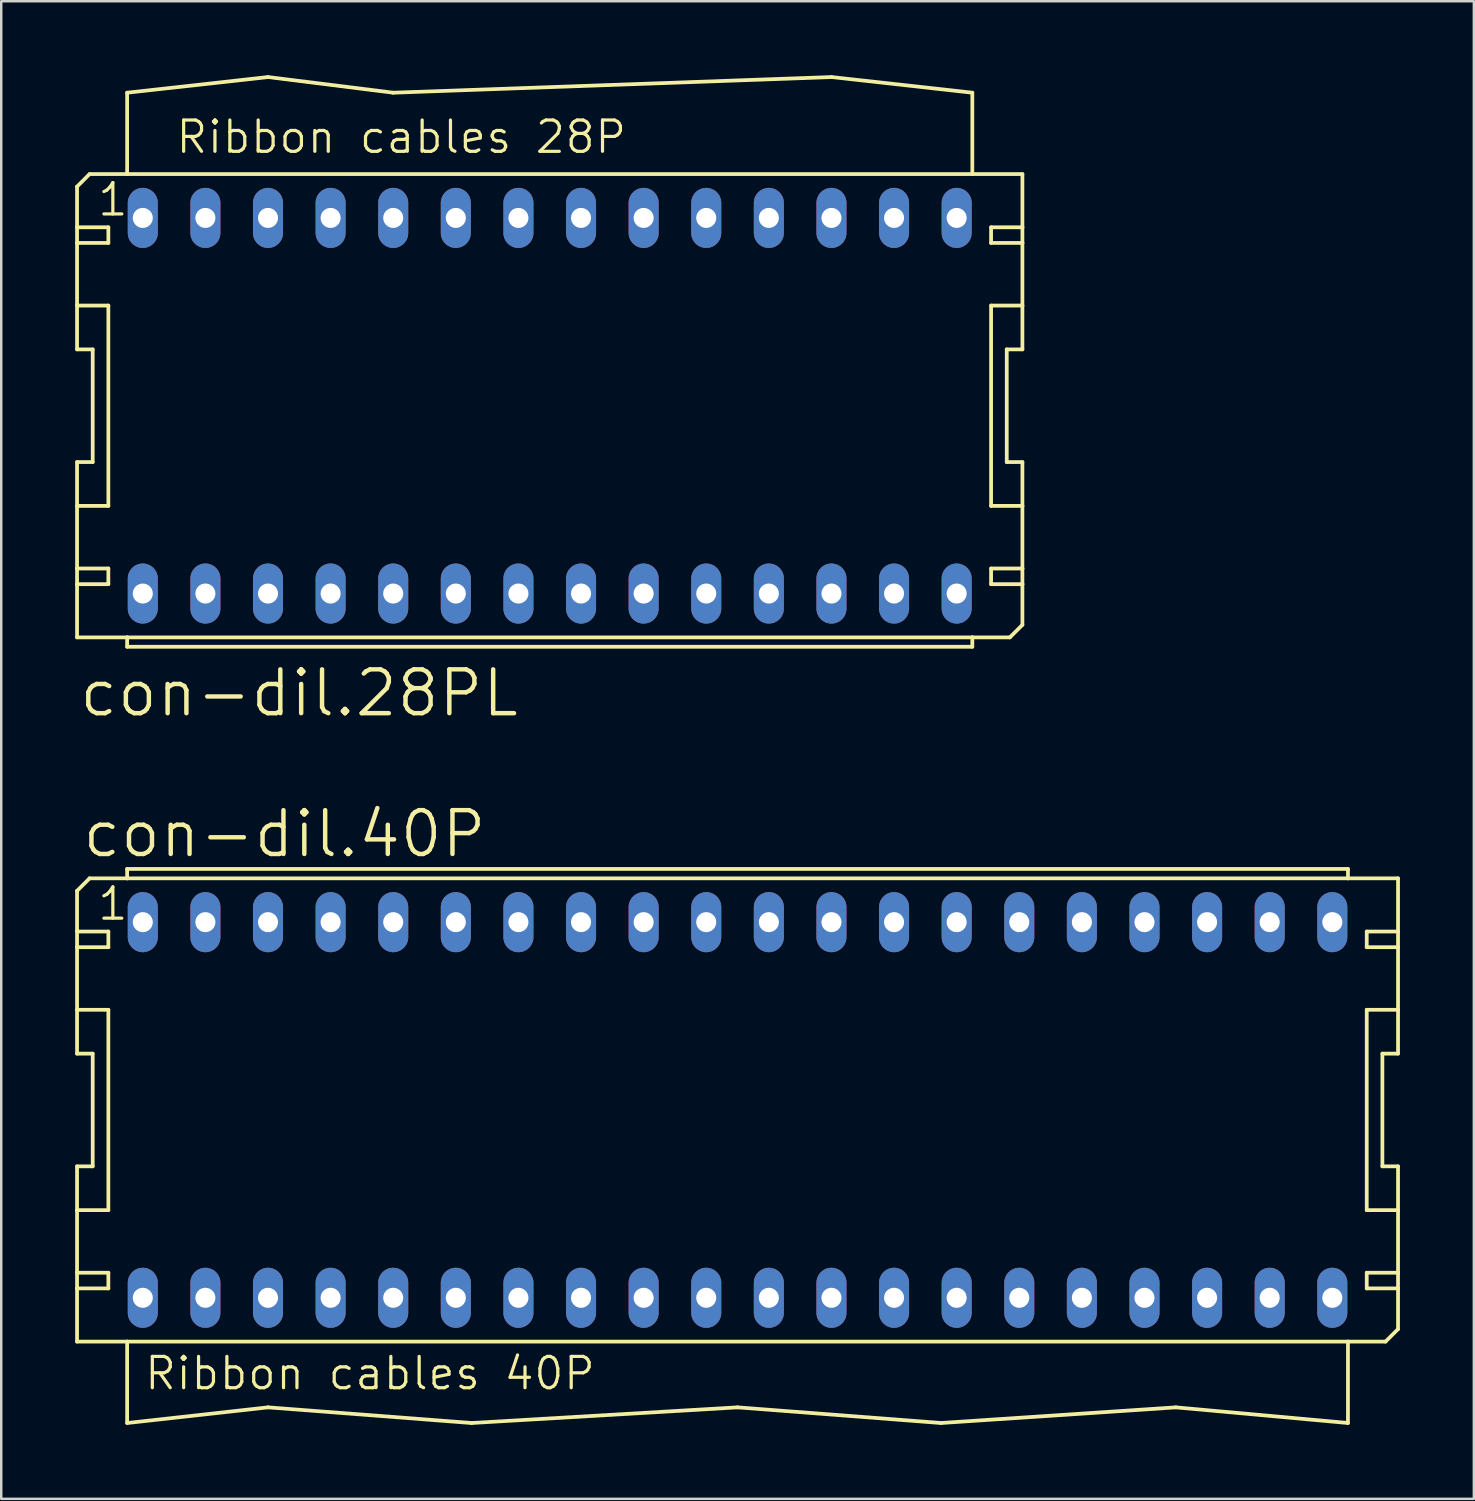
<source format=kicad_pcb>
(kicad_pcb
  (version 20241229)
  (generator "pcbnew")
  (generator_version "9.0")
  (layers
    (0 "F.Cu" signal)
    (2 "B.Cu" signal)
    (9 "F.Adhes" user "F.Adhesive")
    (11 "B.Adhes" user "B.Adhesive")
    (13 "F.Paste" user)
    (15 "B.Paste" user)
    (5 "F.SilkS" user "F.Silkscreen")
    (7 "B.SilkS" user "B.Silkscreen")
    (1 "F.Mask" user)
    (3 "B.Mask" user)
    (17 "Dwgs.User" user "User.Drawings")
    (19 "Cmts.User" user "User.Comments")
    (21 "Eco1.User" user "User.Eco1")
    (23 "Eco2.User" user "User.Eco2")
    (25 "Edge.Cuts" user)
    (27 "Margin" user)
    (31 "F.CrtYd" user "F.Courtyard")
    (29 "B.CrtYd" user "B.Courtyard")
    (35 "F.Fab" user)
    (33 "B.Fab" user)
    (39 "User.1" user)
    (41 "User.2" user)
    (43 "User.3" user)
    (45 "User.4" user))
  (footprint "con-dil.40P"
    (layer "F.Cu")
    (at 26.873 41.983)
    (property "Reference" "con-dil.40P" (at -26.67 -10.16 0) (layer "F.SilkS") (effects (font (size 1.778 1.778) (thickness 0.18)) (justify left bottom)))
    (attr through_hole)
    (fp_line (start -26.797 -8.89) (end -26.797 -7.239) (stroke (width 0.152) (type default)) (layer "F.SilkS"))
    (fp_line (start -26.797 -7.239) (end -25.527 -7.239) (stroke (width 0.152) (type default)) (layer "F.SilkS"))
    (fp_line (start -26.797 -6.604) (end -26.797 -7.239) (stroke (width 0.152) (type default)) (layer "F.SilkS"))
    (fp_line (start -26.797 -6.604) (end -26.797 -4.064) (stroke (width 0.152) (type default)) (layer "F.SilkS"))
    (fp_line (start -26.797 -6.604) (end -25.527 -6.604) (stroke (width 0.152) (type default)) (layer "F.SilkS"))
    (fp_line (start -26.797 -4.064) (end -26.797 -2.286) (stroke (width 0.152) (type default)) (layer "F.SilkS"))
    (fp_line (start -26.797 -4.064) (end -25.527 -4.064) (stroke (width 0.152) (type default)) (layer "F.SilkS"))
    (fp_line (start -26.797 -2.286) (end -26.162 -2.286) (stroke (width 0.152) (type default)) (layer "F.SilkS"))
    (fp_line (start -26.797 2.286) (end -26.797 4.064) (stroke (width 0.152) (type default)) (layer "F.SilkS"))
    (fp_line (start -26.797 4.064) (end -26.797 6.604) (stroke (width 0.152) (type default)) (layer "F.SilkS"))
    (fp_line (start -26.797 6.604) (end -26.797 7.239) (stroke (width 0.152) (type default)) (layer "F.SilkS"))
    (fp_line (start -26.797 6.604) (end -25.527 6.604) (stroke (width 0.152) (type default)) (layer "F.SilkS"))
    (fp_line (start -26.797 7.239) (end -26.797 9.398) (stroke (width 0.152) (type default)) (layer "F.SilkS"))
    (fp_line (start -26.289 -9.398) (end -26.797 -8.89) (stroke (width 0.152) (type default)) (layer "F.SilkS"))
    (fp_line (start -26.289 -9.398) (end -24.765 -9.398) (stroke (width 0.152) (type default)) (layer "F.SilkS"))
    (fp_line (start -26.162 2.286) (end -26.797 2.286) (stroke (width 0.152) (type default)) (layer "F.SilkS"))
    (fp_line (start -26.162 2.286) (end -26.162 -2.286) (stroke (width 0.152) (type default)) (layer "F.SilkS"))
    (fp_line (start -25.527 -6.604) (end -25.527 -7.239) (stroke (width 0.152) (type default)) (layer "F.SilkS"))
    (fp_line (start -25.527 4.064) (end -26.797 4.064) (stroke (width 0.152) (type default)) (layer "F.SilkS"))
    (fp_line (start -25.527 4.064) (end -25.527 -4.064) (stroke (width 0.152) (type default)) (layer "F.SilkS"))
    (fp_line (start -25.527 7.239) (end -26.797 7.239) (stroke (width 0.152) (type default)) (layer "F.SilkS"))
    (fp_line (start -25.527 7.239) (end -25.527 6.604) (stroke (width 0.152) (type default)) (layer "F.SilkS"))
    (fp_line (start -24.765 -9.779) (end 24.765 -9.779) (stroke (width 0.152) (type default)) (layer "F.SilkS"))
    (fp_line (start -24.765 -9.398) (end -24.765 -9.779) (stroke (width 0.152) (type default)) (layer "F.SilkS"))
    (fp_line (start -24.765 -9.398) (end 24.765 -9.398) (stroke (width 0.152) (type default)) (layer "F.SilkS"))
    (fp_line (start -24.765 9.398) (end -26.797 9.398) (stroke (width 0.152) (type default)) (layer "F.SilkS"))
    (fp_line (start -24.765 9.398) (end -24.765 12.7) (stroke (width 0.152) (type default)) (layer "F.SilkS"))
    (fp_line (start -24.765 12.7) (end -19.05 12.065) (stroke (width 0.152) (type default)) (layer "F.SilkS"))
    (fp_line (start -19.05 12.065) (end -10.795 12.7) (stroke (width 0.152) (type default)) (layer "F.SilkS"))
    (fp_line (start 0 12.065) (end -10.795 12.7) (stroke (width 0.152) (type default)) (layer "F.SilkS"))
    (fp_line (start 8.255 12.7) (end 0 12.065) (stroke (width 0.152) (type default)) (layer "F.SilkS"))
    (fp_line (start 17.78 12.065) (end 8.255 12.7) (stroke (width 0.152) (type default)) (layer "F.SilkS"))
    (fp_line (start 17.78 12.065) (end 24.765 12.7) (stroke (width 0.152) (type default)) (layer "F.SilkS"))
    (fp_line (start 24.765 -9.779) (end 24.765 -9.398) (stroke (width 0.152) (type default)) (layer "F.SilkS"))
    (fp_line (start 24.765 -9.398) (end 26.797 -9.398) (stroke (width 0.152) (type default)) (layer "F.SilkS"))
    (fp_line (start 24.765 9.398) (end -24.765 9.398) (stroke (width 0.152) (type default)) (layer "F.SilkS"))
    (fp_line (start 24.765 12.7) (end 24.765 9.398) (stroke (width 0.152) (type default)) (layer "F.SilkS"))
    (fp_line (start 25.527 -7.239) (end 25.527 -6.604) (stroke (width 0.152) (type default)) (layer "F.SilkS"))
    (fp_line (start 25.527 -7.239) (end 26.797 -7.239) (stroke (width 0.152) (type default)) (layer "F.SilkS"))
    (fp_line (start 25.527 -4.064) (end 25.527 4.064) (stroke (width 0.152) (type default)) (layer "F.SilkS"))
    (fp_line (start 25.527 -4.064) (end 26.797 -4.064) (stroke (width 0.152) (type default)) (layer "F.SilkS"))
    (fp_line (start 25.527 6.604) (end 25.527 7.239) (stroke (width 0.152) (type default)) (layer "F.SilkS"))
    (fp_line (start 25.527 6.604) (end 26.797 6.604) (stroke (width 0.152) (type default)) (layer "F.SilkS"))
    (fp_line (start 26.162 -2.286) (end 26.162 2.286) (stroke (width 0.152) (type default)) (layer "F.SilkS"))
    (fp_line (start 26.162 -2.286) (end 26.797 -2.286) (stroke (width 0.152) (type default)) (layer "F.SilkS"))
    (fp_line (start 26.289 9.398) (end 24.765 9.398) (stroke (width 0.152) (type default)) (layer "F.SilkS"))
    (fp_line (start 26.797 -9.398) (end 26.797 -7.239) (stroke (width 0.152) (type default)) (layer "F.SilkS"))
    (fp_line (start 26.797 -7.239) (end 26.797 -6.604) (stroke (width 0.152) (type default)) (layer "F.SilkS"))
    (fp_line (start 26.797 -6.604) (end 25.527 -6.604) (stroke (width 0.152) (type default)) (layer "F.SilkS"))
    (fp_line (start 26.797 -6.604) (end 26.797 -4.064) (stroke (width 0.152) (type default)) (layer "F.SilkS"))
    (fp_line (start 26.797 -4.064) (end 26.797 -2.286) (stroke (width 0.152) (type default)) (layer "F.SilkS"))
    (fp_line (start 26.797 2.286) (end 26.162 2.286) (stroke (width 0.152) (type default)) (layer "F.SilkS"))
    (fp_line (start 26.797 2.286) (end 26.797 4.064) (stroke (width 0.152) (type default)) (layer "F.SilkS"))
    (fp_line (start 26.797 4.064) (end 25.527 4.064) (stroke (width 0.152) (type default)) (layer "F.SilkS"))
    (fp_line (start 26.797 4.064) (end 26.797 6.604) (stroke (width 0.152) (type default)) (layer "F.SilkS"))
    (fp_line (start 26.797 6.604) (end 26.797 7.239) (stroke (width 0.152) (type default)) (layer "F.SilkS"))
    (fp_line (start 26.797 7.239) (end 25.527 7.239) (stroke (width 0.152) (type default)) (layer "F.SilkS"))
    (fp_line (start 26.797 7.239) (end 26.797 8.89) (stroke (width 0.152) (type default)) (layer "F.SilkS"))
    (fp_line (start 26.797 8.89) (end 26.289 9.398) (stroke (width 0.152) (type default)) (layer "F.SilkS"))
    (fp_text user "1" (at -26.035 -7.62 0) (layer "F.SilkS") (effects (font (size 1.27 1.27) (thickness 0.13)) (justify left bottom)))
    (fp_text user "Ribbon cables 40P" (at -24.13 11.43 0) (layer "F.SilkS") (effects (font (size 1.27 1.27) (thickness 0.13)) (justify left bottom)))
    (pad "1" thru_hole oval (at -24.13 -7.62 90) (size 2.438 1.219) (drill 0.813) (layers "*.Cu" "*.Mask"))
    (pad "2" thru_hole oval (at -24.13 7.62 90) (size 2.438 1.219) (drill 0.813) (layers "*.Cu" "*.Mask"))
    (pad "3" thru_hole oval (at -21.59 -7.62 90) (size 2.438 1.219) (drill 0.813) (layers "*.Cu" "*.Mask"))
    (pad "4" thru_hole oval (at -21.59 7.62 90) (size 2.438 1.219) (drill 0.813) (layers "*.Cu" "*.Mask"))
    (pad "5" thru_hole oval (at -19.05 -7.62 90) (size 2.438 1.219) (drill 0.813) (layers "*.Cu" "*.Mask"))
    (pad "6" thru_hole oval (at -19.05 7.62 90) (size 2.438 1.219) (drill 0.813) (layers "*.Cu" "*.Mask"))
    (pad "7" thru_hole oval (at -16.51 -7.62 90) (size 2.438 1.219) (drill 0.813) (layers "*.Cu" "*.Mask"))
    (pad "8" thru_hole oval (at -16.51 7.62 90) (size 2.438 1.219) (drill 0.813) (layers "*.Cu" "*.Mask"))
    (pad "9" thru_hole oval (at -13.97 -7.62 90) (size 2.438 1.219) (drill 0.813) (layers "*.Cu" "*.Mask"))
    (pad "10" thru_hole oval (at -13.97 7.62 90) (size 2.438 1.219) (drill 0.813) (layers "*.Cu" "*.Mask"))
    (pad "11" thru_hole oval (at -11.43 -7.62 90) (size 2.438 1.219) (drill 0.813) (layers "*.Cu" "*.Mask"))
    (pad "12" thru_hole oval (at -11.43 7.62 90) (size 2.438 1.219) (drill 0.813) (layers "*.Cu" "*.Mask"))
    (pad "13" thru_hole oval (at -8.89 -7.62 90) (size 2.438 1.219) (drill 0.813) (layers "*.Cu" "*.Mask"))
    (pad "14" thru_hole oval (at -8.89 7.62 90) (size 2.438 1.219) (drill 0.813) (layers "*.Cu" "*.Mask"))
    (pad "15" thru_hole oval (at -6.35 -7.62 90) (size 2.438 1.219) (drill 0.813) (layers "*.Cu" "*.Mask"))
    (pad "16" thru_hole oval (at -6.35 7.62 90) (size 2.438 1.219) (drill 0.813) (layers "*.Cu" "*.Mask"))
    (pad "17" thru_hole oval (at -3.81 -7.62 90) (size 2.438 1.219) (drill 0.813) (layers "*.Cu" "*.Mask"))
    (pad "18" thru_hole oval (at -3.81 7.62 90) (size 2.438 1.219) (drill 0.813) (layers "*.Cu" "*.Mask"))
    (pad "19" thru_hole oval (at -1.27 -7.62 90) (size 2.438 1.219) (drill 0.813) (layers "*.Cu" "*.Mask"))
    (pad "20" thru_hole oval (at -1.27 7.62 90) (size 2.438 1.219) (drill 0.813) (layers "*.Cu" "*.Mask"))
    (pad "21" thru_hole oval (at 1.27 -7.62 90) (size 2.438 1.219) (drill 0.813) (layers "*.Cu" "*.Mask"))
    (pad "22" thru_hole oval (at 1.27 7.62 90) (size 2.438 1.219) (drill 0.813) (layers "*.Cu" "*.Mask"))
    (pad "23" thru_hole oval (at 3.81 -7.62 90) (size 2.438 1.219) (drill 0.813) (layers "*.Cu" "*.Mask"))
    (pad "24" thru_hole oval (at 3.81 7.62 90) (size 2.438 1.219) (drill 0.813) (layers "*.Cu" "*.Mask"))
    (pad "25" thru_hole oval (at 6.35 -7.62 90) (size 2.438 1.219) (drill 0.813) (layers "*.Cu" "*.Mask"))
    (pad "26" thru_hole oval (at 6.35 7.62 90) (size 2.438 1.219) (drill 0.813) (layers "*.Cu" "*.Mask"))
    (pad "27" thru_hole oval (at 8.89 -7.62 90) (size 2.438 1.219) (drill 0.813) (layers "*.Cu" "*.Mask"))
    (pad "28" thru_hole oval (at 8.89 7.62 90) (size 2.438 1.219) (drill 0.813) (layers "*.Cu" "*.Mask"))
    (pad "29" thru_hole oval (at 11.43 -7.62 90) (size 2.438 1.219) (drill 0.813) (layers "*.Cu" "*.Mask"))
    (pad "30" thru_hole oval (at 11.43 7.62 90) (size 2.438 1.219) (drill 0.813) (layers "*.Cu" "*.Mask"))
    (pad "31" thru_hole oval (at 13.97 -7.62 90) (size 2.438 1.219) (drill 0.813) (layers "*.Cu" "*.Mask"))
    (pad "32" thru_hole oval (at 13.97 7.62 90) (size 2.438 1.219) (drill 0.813) (layers "*.Cu" "*.Mask"))
    (pad "33" thru_hole oval (at 16.51 -7.62 90) (size 2.438 1.219) (drill 0.813) (layers "*.Cu" "*.Mask"))
    (pad "34" thru_hole oval (at 16.51 7.62 90) (size 2.438 1.219) (drill 0.813) (layers "*.Cu" "*.Mask"))
    (pad "35" thru_hole oval (at 19.05 -7.62 90) (size 2.438 1.219) (drill 0.813) (layers "*.Cu" "*.Mask"))
    (pad "36" thru_hole oval (at 19.05 7.62 90) (size 2.438 1.219) (drill 0.813) (layers "*.Cu" "*.Mask"))
    (pad "37" thru_hole oval (at 21.59 -7.62 90) (size 2.438 1.219) (drill 0.813) (layers "*.Cu" "*.Mask"))
    (pad "38" thru_hole oval (at 21.59 7.62 90) (size 2.438 1.219) (drill 0.813) (layers "*.Cu" "*.Mask"))
    (pad "39" thru_hole oval (at 24.13 -7.62 90) (size 2.438 1.219) (drill 0.813) (layers "*.Cu" "*.Mask"))
    (pad "40" thru_hole oval (at 24.13 7.62 90) (size 2.438 1.219) (drill 0.813) (layers "*.Cu" "*.Mask")))
  (footprint "con-dil.28PL"
    (layer "F.Cu")
    (at 19.253 13.411)
    (property "Reference" "con-dil.28PL" (at -19.177 12.7 0) (layer "F.SilkS") (effects (font (size 1.778 1.778) (thickness 0.18)) (justify left bottom)))
    (attr through_hole)
    (fp_line (start -19.177 -8.89) (end -19.177 -7.239) (stroke (width 0.152) (type default)) (layer "F.SilkS"))
    (fp_line (start -19.177 -7.239) (end -17.907 -7.239) (stroke (width 0.152) (type default)) (layer "F.SilkS"))
    (fp_line (start -19.177 -6.604) (end -19.177 -7.239) (stroke (width 0.152) (type default)) (layer "F.SilkS"))
    (fp_line (start -19.177 -6.604) (end -19.177 -4.064) (stroke (width 0.152) (type default)) (layer "F.SilkS"))
    (fp_line (start -19.177 -6.604) (end -17.907 -6.604) (stroke (width 0.152) (type default)) (layer "F.SilkS"))
    (fp_line (start -19.177 -4.064) (end -19.177 -2.286) (stroke (width 0.152) (type default)) (layer "F.SilkS"))
    (fp_line (start -19.177 -4.064) (end -17.907 -4.064) (stroke (width 0.152) (type default)) (layer "F.SilkS"))
    (fp_line (start -19.177 -2.286) (end -18.542 -2.286) (stroke (width 0.152) (type default)) (layer "F.SilkS"))
    (fp_line (start -19.177 2.286) (end -19.177 4.064) (stroke (width 0.152) (type default)) (layer "F.SilkS"))
    (fp_line (start -19.177 4.064) (end -19.177 6.604) (stroke (width 0.152) (type default)) (layer "F.SilkS"))
    (fp_line (start -19.177 6.604) (end -19.177 7.239) (stroke (width 0.152) (type default)) (layer "F.SilkS"))
    (fp_line (start -19.177 6.604) (end -17.907 6.604) (stroke (width 0.152) (type default)) (layer "F.SilkS"))
    (fp_line (start -19.177 7.239) (end -19.177 9.398) (stroke (width 0.152) (type default)) (layer "F.SilkS"))
    (fp_line (start -18.669 -9.398) (end -19.177 -8.89) (stroke (width 0.152) (type default)) (layer "F.SilkS"))
    (fp_line (start -18.669 -9.398) (end -17.145 -9.398) (stroke (width 0.152) (type default)) (layer "F.SilkS"))
    (fp_line (start -18.542 2.286) (end -19.177 2.286) (stroke (width 0.152) (type default)) (layer "F.SilkS"))
    (fp_line (start -18.542 2.286) (end -18.542 -2.286) (stroke (width 0.152) (type default)) (layer "F.SilkS"))
    (fp_line (start -17.907 -6.604) (end -17.907 -7.239) (stroke (width 0.152) (type default)) (layer "F.SilkS"))
    (fp_line (start -17.907 4.064) (end -19.177 4.064) (stroke (width 0.152) (type default)) (layer "F.SilkS"))
    (fp_line (start -17.907 4.064) (end -17.907 -4.064) (stroke (width 0.152) (type default)) (layer "F.SilkS"))
    (fp_line (start -17.907 7.239) (end -19.177 7.239) (stroke (width 0.152) (type default)) (layer "F.SilkS"))
    (fp_line (start -17.907 7.239) (end -17.907 6.604) (stroke (width 0.152) (type default)) (layer "F.SilkS"))
    (fp_line (start -17.145 -12.7) (end -17.145 -9.398) (stroke (width 0.152) (type default)) (layer "F.SilkS"))
    (fp_line (start -17.145 -12.7) (end -11.43 -13.335) (stroke (width 0.152) (type default)) (layer "F.SilkS"))
    (fp_line (start -17.145 -9.398) (end 17.145 -9.398) (stroke (width 0.152) (type default)) (layer "F.SilkS"))
    (fp_line (start -17.145 9.398) (end -19.177 9.398) (stroke (width 0.152) (type default)) (layer "F.SilkS"))
    (fp_line (start -17.145 9.779) (end -17.145 9.398) (stroke (width 0.152) (type default)) (layer "F.SilkS"))
    (fp_line (start -17.145 9.779) (end 17.145 9.779) (stroke (width 0.152) (type default)) (layer "F.SilkS"))
    (fp_line (start -11.43 -13.335) (end -6.35 -12.7) (stroke (width 0.152) (type default)) (layer "F.SilkS"))
    (fp_line (start -6.35 -12.7) (end 11.43 -13.335) (stroke (width 0.152) (type default)) (layer "F.SilkS"))
    (fp_line (start 11.43 -13.335) (end 17.145 -12.7) (stroke (width 0.152) (type default)) (layer "F.SilkS"))
    (fp_line (start 17.145 -9.398) (end 17.145 -12.7) (stroke (width 0.152) (type default)) (layer "F.SilkS"))
    (fp_line (start 17.145 -9.398) (end 19.177 -9.398) (stroke (width 0.152) (type default)) (layer "F.SilkS"))
    (fp_line (start 17.145 9.398) (end -17.145 9.398) (stroke (width 0.152) (type default)) (layer "F.SilkS"))
    (fp_line (start 17.145 9.398) (end 17.145 9.779) (stroke (width 0.152) (type default)) (layer "F.SilkS"))
    (fp_line (start 17.907 -7.239) (end 17.907 -6.604) (stroke (width 0.152) (type default)) (layer "F.SilkS"))
    (fp_line (start 17.907 -7.239) (end 19.177 -7.239) (stroke (width 0.152) (type default)) (layer "F.SilkS"))
    (fp_line (start 17.907 -4.064) (end 17.907 4.064) (stroke (width 0.152) (type default)) (layer "F.SilkS"))
    (fp_line (start 17.907 -4.064) (end 19.177 -4.064) (stroke (width 0.152) (type default)) (layer "F.SilkS"))
    (fp_line (start 17.907 6.604) (end 17.907 7.239) (stroke (width 0.152) (type default)) (layer "F.SilkS"))
    (fp_line (start 17.907 6.604) (end 19.177 6.604) (stroke (width 0.152) (type default)) (layer "F.SilkS"))
    (fp_line (start 18.542 -2.286) (end 18.542 2.286) (stroke (width 0.152) (type default)) (layer "F.SilkS"))
    (fp_line (start 18.542 -2.286) (end 19.177 -2.286) (stroke (width 0.152) (type default)) (layer "F.SilkS"))
    (fp_line (start 18.669 9.398) (end 17.145 9.398) (stroke (width 0.152) (type default)) (layer "F.SilkS"))
    (fp_line (start 19.177 -9.398) (end 19.177 -7.239) (stroke (width 0.152) (type default)) (layer "F.SilkS"))
    (fp_line (start 19.177 -7.239) (end 19.177 -6.604) (stroke (width 0.152) (type default)) (layer "F.SilkS"))
    (fp_line (start 19.177 -6.604) (end 17.907 -6.604) (stroke (width 0.152) (type default)) (layer "F.SilkS"))
    (fp_line (start 19.177 -6.604) (end 19.177 -4.064) (stroke (width 0.152) (type default)) (layer "F.SilkS"))
    (fp_line (start 19.177 -4.064) (end 19.177 -2.286) (stroke (width 0.152) (type default)) (layer "F.SilkS"))
    (fp_line (start 19.177 2.286) (end 18.542 2.286) (stroke (width 0.152) (type default)) (layer "F.SilkS"))
    (fp_line (start 19.177 2.286) (end 19.177 4.064) (stroke (width 0.152) (type default)) (layer "F.SilkS"))
    (fp_line (start 19.177 4.064) (end 17.907 4.064) (stroke (width 0.152) (type default)) (layer "F.SilkS"))
    (fp_line (start 19.177 4.064) (end 19.177 6.604) (stroke (width 0.152) (type default)) (layer "F.SilkS"))
    (fp_line (start 19.177 6.604) (end 19.177 7.239) (stroke (width 0.152) (type default)) (layer "F.SilkS"))
    (fp_line (start 19.177 7.239) (end 17.907 7.239) (stroke (width 0.152) (type default)) (layer "F.SilkS"))
    (fp_line (start 19.177 7.239) (end 19.177 8.89) (stroke (width 0.152) (type default)) (layer "F.SilkS"))
    (fp_line (start 19.177 8.89) (end 18.669 9.398) (stroke (width 0.152) (type default)) (layer "F.SilkS"))
    (fp_text user "Ribbon cables 28P" (at -15.24 -10.16 0) (layer "F.SilkS") (effects (font (size 1.27 1.27) (thickness 0.13)) (justify left bottom)))
    (fp_text user "1" (at -18.415 -7.62 0) (layer "F.SilkS") (effects (font (size 1.27 1.27) (thickness 0.13)) (justify left bottom)))
    (pad "1" thru_hole oval (at -16.51 -7.62 90) (size 2.438 1.219) (drill 0.813) (layers "*.Cu" "*.Mask"))
    (pad "2" thru_hole oval (at -16.51 7.62 90) (size 2.438 1.219) (drill 0.813) (layers "*.Cu" "*.Mask"))
    (pad "3" thru_hole oval (at -13.97 -7.62 90) (size 2.438 1.219) (drill 0.813) (layers "*.Cu" "*.Mask"))
    (pad "4" thru_hole oval (at -13.97 7.62 90) (size 2.438 1.219) (drill 0.813) (layers "*.Cu" "*.Mask"))
    (pad "5" thru_hole oval (at -11.43 -7.62 90) (size 2.438 1.219) (drill 0.813) (layers "*.Cu" "*.Mask"))
    (pad "6" thru_hole oval (at -11.43 7.62 90) (size 2.438 1.219) (drill 0.813) (layers "*.Cu" "*.Mask"))
    (pad "7" thru_hole oval (at -8.89 -7.62 90) (size 2.438 1.219) (drill 0.813) (layers "*.Cu" "*.Mask"))
    (pad "8" thru_hole oval (at -8.89 7.62 90) (size 2.438 1.219) (drill 0.813) (layers "*.Cu" "*.Mask"))
    (pad "9" thru_hole oval (at -6.35 -7.62 90) (size 2.438 1.219) (drill 0.813) (layers "*.Cu" "*.Mask"))
    (pad "10" thru_hole oval (at -6.35 7.62 90) (size 2.438 1.219) (drill 0.813) (layers "*.Cu" "*.Mask"))
    (pad "11" thru_hole oval (at -3.81 -7.62 90) (size 2.438 1.219) (drill 0.813) (layers "*.Cu" "*.Mask"))
    (pad "12" thru_hole oval (at -3.81 7.62 90) (size 2.438 1.219) (drill 0.813) (layers "*.Cu" "*.Mask"))
    (pad "13" thru_hole oval (at -1.27 -7.62 90) (size 2.438 1.219) (drill 0.813) (layers "*.Cu" "*.Mask"))
    (pad "14" thru_hole oval (at -1.27 7.62 90) (size 2.438 1.219) (drill 0.813) (layers "*.Cu" "*.Mask"))
    (pad "15" thru_hole oval (at 1.27 -7.62 90) (size 2.438 1.219) (drill 0.813) (layers "*.Cu" "*.Mask"))
    (pad "16" thru_hole oval (at 1.27 7.62 90) (size 2.438 1.219) (drill 0.813) (layers "*.Cu" "*.Mask"))
    (pad "17" thru_hole oval (at 3.81 -7.62 90) (size 2.438 1.219) (drill 0.813) (layers "*.Cu" "*.Mask"))
    (pad "18" thru_hole oval (at 3.81 7.62 90) (size 2.438 1.219) (drill 0.813) (layers "*.Cu" "*.Mask"))
    (pad "19" thru_hole oval (at 6.35 -7.62 90) (size 2.438 1.219) (drill 0.813) (layers "*.Cu" "*.Mask"))
    (pad "20" thru_hole oval (at 6.35 7.62 90) (size 2.438 1.219) (drill 0.813) (layers "*.Cu" "*.Mask"))
    (pad "21" thru_hole oval (at 8.89 -7.62 90) (size 2.438 1.219) (drill 0.813) (layers "*.Cu" "*.Mask"))
    (pad "22" thru_hole oval (at 8.89 7.62 90) (size 2.438 1.219) (drill 0.813) (layers "*.Cu" "*.Mask"))
    (pad "23" thru_hole oval (at 11.43 -7.62 90) (size 2.438 1.219) (drill 0.813) (layers "*.Cu" "*.Mask"))
    (pad "24" thru_hole oval (at 11.43 7.62 90) (size 2.438 1.219) (drill 0.813) (layers "*.Cu" "*.Mask"))
    (pad "25" thru_hole oval (at 13.97 -7.62 90) (size 2.438 1.219) (drill 0.813) (layers "*.Cu" "*.Mask"))
    (pad "26" thru_hole oval (at 13.97 7.62 90) (size 2.438 1.219) (drill 0.813) (layers "*.Cu" "*.Mask"))
    (pad "27" thru_hole oval (at 16.51 -7.62 90) (size 2.438 1.219) (drill 0.813) (layers "*.Cu" "*.Mask"))
    (pad "28" thru_hole oval (at 16.51 7.62 90) (size 2.438 1.219) (drill 0.813) (layers "*.Cu" "*.Mask")))
  (gr_rect
    (start -3 -3)
    (end 56.746 57.759)
    (stroke (width 0.1) (type default))
    (fill no)
    (layer "Edge.Cuts")))
</source>
